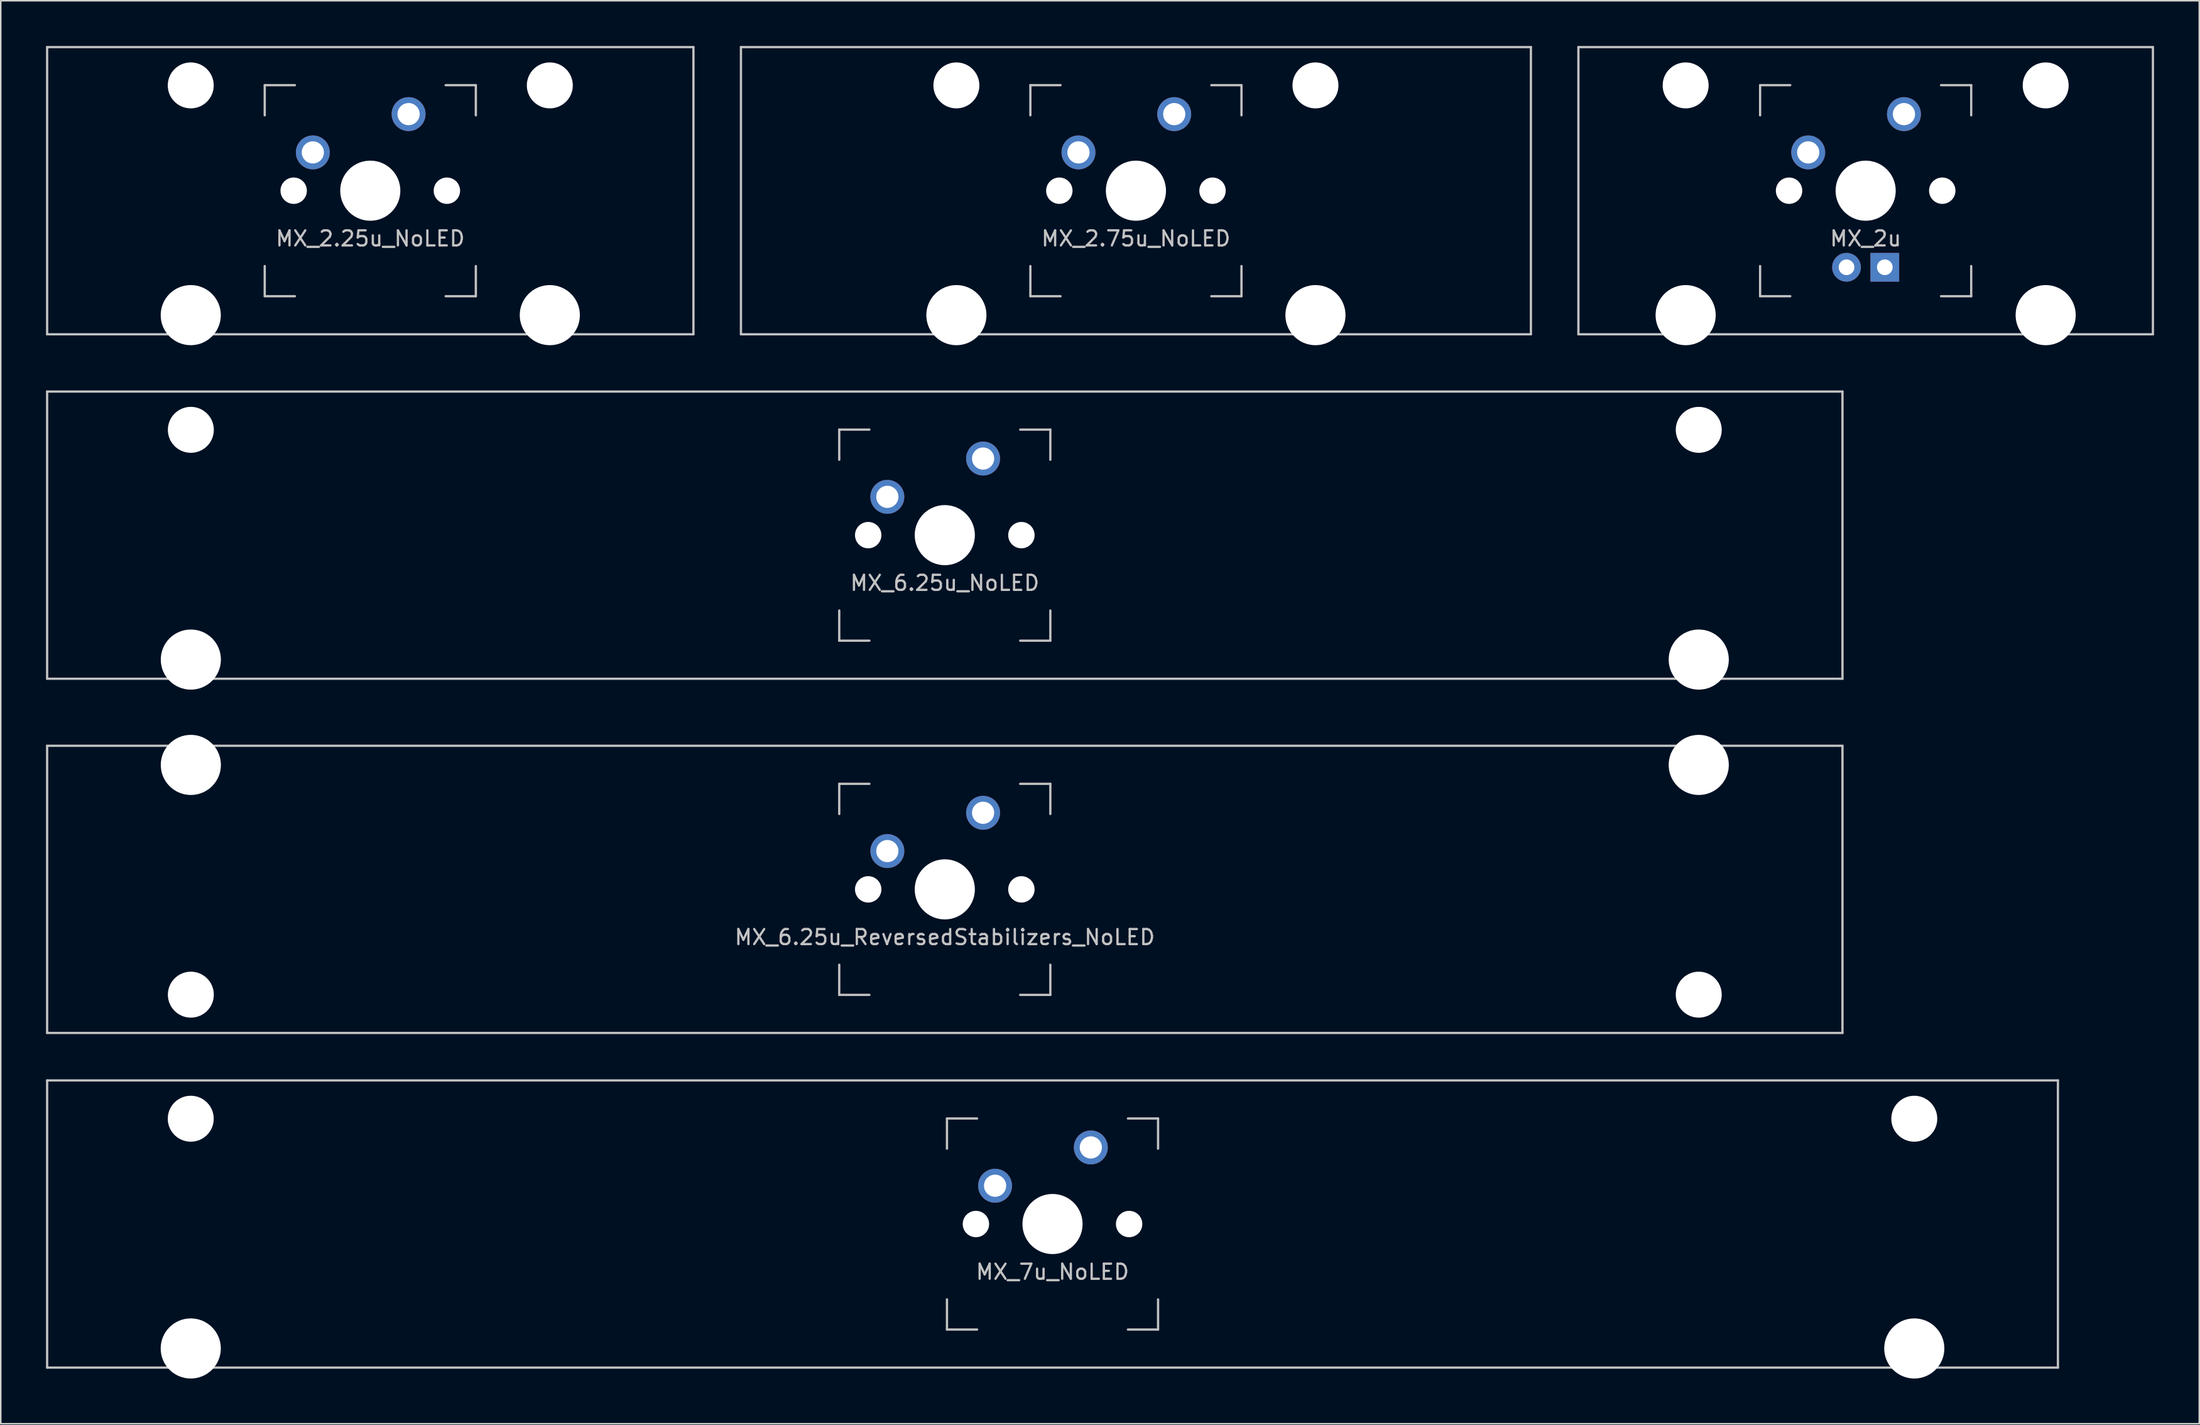
<source format=kicad_pcb>
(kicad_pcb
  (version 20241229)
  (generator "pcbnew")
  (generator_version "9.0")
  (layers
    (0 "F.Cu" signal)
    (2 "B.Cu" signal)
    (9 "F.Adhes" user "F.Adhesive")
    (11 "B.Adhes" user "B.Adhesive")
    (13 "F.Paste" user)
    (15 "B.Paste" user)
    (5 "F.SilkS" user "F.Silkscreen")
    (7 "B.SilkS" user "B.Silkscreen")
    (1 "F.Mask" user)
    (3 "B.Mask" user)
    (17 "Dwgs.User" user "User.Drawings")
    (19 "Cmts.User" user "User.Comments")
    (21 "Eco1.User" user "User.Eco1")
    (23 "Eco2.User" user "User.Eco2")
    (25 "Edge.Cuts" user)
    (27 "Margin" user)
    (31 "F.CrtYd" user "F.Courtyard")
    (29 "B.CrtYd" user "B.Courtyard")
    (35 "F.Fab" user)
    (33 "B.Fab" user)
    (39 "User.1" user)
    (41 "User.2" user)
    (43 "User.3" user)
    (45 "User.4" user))
  (footprint "MX_2u"
    (layer "F.Cu")
    (at 120.675 9.6)
    (property "Reference" "MX_2u" (at 0 3.175 0) (layer "Dwgs.User") (effects (font (size 1 1) (thickness 0.15))))
    (attr through_hole)
    (fp_line (start -19.05 -9.525) (end 19.05 -9.525) (stroke (width 0.15) (type solid)) (layer "Dwgs.User"))
    (fp_line (start -19.05 9.525) (end -19.05 -9.525) (stroke (width 0.15) (type solid)) (layer "Dwgs.User"))
    (fp_line (start -19.05 9.525) (end 19.05 9.525) (stroke (width 0.15) (type solid)) (layer "Dwgs.User"))
    (fp_line (start -7 -7) (end -7 -5) (stroke (width 0.15) (type solid)) (layer "Dwgs.User"))
    (fp_line (start -7 5) (end -7 7) (stroke (width 0.15) (type solid)) (layer "Dwgs.User"))
    (fp_line (start -7 7) (end -5 7) (stroke (width 0.15) (type solid)) (layer "Dwgs.User"))
    (fp_line (start -5 -7) (end -7 -7) (stroke (width 0.15) (type solid)) (layer "Dwgs.User"))
    (fp_line (start 5 -7) (end 7 -7) (stroke (width 0.15) (type solid)) (layer "Dwgs.User"))
    (fp_line (start 5 7) (end 7 7) (stroke (width 0.15) (type solid)) (layer "Dwgs.User"))
    (fp_line (start 7 -7) (end 7 -5) (stroke (width 0.15) (type solid)) (layer "Dwgs.User"))
    (fp_line (start 7 7) (end 7 5) (stroke (width 0.15) (type solid)) (layer "Dwgs.User"))
    (fp_line (start 19.05 -9.525) (end 19.05 9.525) (stroke (width 0.15) (type solid)) (layer "Dwgs.User"))
    (pad "" np_thru_hole circle (at -11.938 -6.985) (size 3.048 3.048) (drill 3.048) (layers "*.Cu" "*.Mask"))
    (pad "" np_thru_hole circle (at -11.938 8.255) (size 3.988 3.988) (drill 3.988) (layers "*.Cu" "*.Mask"))
    (pad "" np_thru_hole circle (at -5.08 0 48.1) (size 1.75 1.75) (drill 1.75) (layers "*.Cu" "*.Mask"))
    (pad "" np_thru_hole circle (at 0 0) (size 3.988 3.988) (drill 3.988) (layers "*.Cu" "*.Mask"))
    (pad "" np_thru_hole circle (at 5.08 0 48.1) (size 1.75 1.75) (drill 1.75) (layers "*.Cu" "*.Mask"))
    (pad "" np_thru_hole circle (at 11.938 -6.985) (size 3.048 3.048) (drill 3.048) (layers "*.Cu" "*.Mask"))
    (pad "" np_thru_hole circle (at 11.938 8.255) (size 3.988 3.988) (drill 3.988) (layers "*.Cu" "*.Mask"))
    (pad "1" thru_hole circle (at -3.81 -2.54) (size 2.25 2.25) (drill 1.47) (layers "*.Cu" "B.Mask"))
    (pad "2" thru_hole circle (at 2.54 -5.08) (size 2.25 2.25) (drill 1.47) (layers "*.Cu" "B.Mask"))
    (pad "3" thru_hole circle (at -1.27 5.08) (size 1.905 1.905) (drill 1.04) (layers "*.Cu" "B.Mask"))
    (pad "4" thru_hole rect (at 1.27 5.08) (size 1.905 1.905) (drill 1.04) (layers "*.Cu" "B.Mask")))
  (footprint "MX_2.25u_NoLED"
    (layer "F.Cu")
    (at 21.506 9.6)
    (property "Reference" "MX_2.25u_NoLED" (at 0 3.175 0) (layer "Dwgs.User") (effects (font (size 1 1) (thickness 0.15))))
    (attr through_hole)
    (fp_line (start -21.431 -9.525) (end 21.431 -9.525) (stroke (width 0.15) (type solid)) (layer "Dwgs.User"))
    (fp_line (start -21.431 9.525) (end -21.431 -9.525) (stroke (width 0.15) (type solid)) (layer "Dwgs.User"))
    (fp_line (start -21.431 9.525) (end 21.431 9.525) (stroke (width 0.15) (type solid)) (layer "Dwgs.User"))
    (fp_line (start -7 -7) (end -7 -5) (stroke (width 0.15) (type solid)) (layer "Dwgs.User"))
    (fp_line (start -7 5) (end -7 7) (stroke (width 0.15) (type solid)) (layer "Dwgs.User"))
    (fp_line (start -7 7) (end -5 7) (stroke (width 0.15) (type solid)) (layer "Dwgs.User"))
    (fp_line (start -5 -7) (end -7 -7) (stroke (width 0.15) (type solid)) (layer "Dwgs.User"))
    (fp_line (start 5 -7) (end 7 -7) (stroke (width 0.15) (type solid)) (layer "Dwgs.User"))
    (fp_line (start 5 7) (end 7 7) (stroke (width 0.15) (type solid)) (layer "Dwgs.User"))
    (fp_line (start 7 -7) (end 7 -5) (stroke (width 0.15) (type solid)) (layer "Dwgs.User"))
    (fp_line (start 7 7) (end 7 5) (stroke (width 0.15) (type solid)) (layer "Dwgs.User"))
    (fp_line (start 21.431 -9.525) (end 21.431 9.525) (stroke (width 0.15) (type solid)) (layer "Dwgs.User"))
    (pad "" np_thru_hole circle (at -11.906 -6.985) (size 3.048 3.048) (drill 3.048) (layers "*.Cu" "*.Mask"))
    (pad "" np_thru_hole circle (at -11.906 8.255) (size 3.988 3.988) (drill 3.988) (layers "*.Cu" "*.Mask"))
    (pad "" np_thru_hole circle (at -5.08 0 48.1) (size 1.75 1.75) (drill 1.75) (layers "*.Cu" "*.Mask"))
    (pad "" np_thru_hole circle (at 0 0) (size 3.988 3.988) (drill 3.988) (layers "*.Cu" "*.Mask"))
    (pad "" np_thru_hole circle (at 5.08 0 48.1) (size 1.75 1.75) (drill 1.75) (layers "*.Cu" "*.Mask"))
    (pad "" np_thru_hole circle (at 11.906 -6.985) (size 3.048 3.048) (drill 3.048) (layers "*.Cu" "*.Mask"))
    (pad "" np_thru_hole circle (at 11.906 8.255) (size 3.988 3.988) (drill 3.988) (layers "*.Cu" "*.Mask"))
    (pad "1" thru_hole circle (at -3.81 -2.54) (size 2.25 2.25) (drill 1.47) (layers "*.Cu" "B.Mask"))
    (pad "2" thru_hole circle (at 2.54 -5.08) (size 2.25 2.25) (drill 1.47) (layers "*.Cu" "B.Mask")))
  (footprint "MX_7u_NoLED"
    (layer "F.Cu")
    (at 66.75 78.147)
    (property "Reference" "MX_7u_NoLED" (at 0 3.175 0) (layer "Dwgs.User") (effects (font (size 1 1) (thickness 0.15))))
    (attr through_hole)
    (fp_line (start -66.675 -9.525) (end 66.675 -9.525) (stroke (width 0.15) (type solid)) (layer "Dwgs.User"))
    (fp_line (start -66.675 9.525) (end -66.675 -9.525) (stroke (width 0.15) (type solid)) (layer "Dwgs.User"))
    (fp_line (start -66.675 9.525) (end 66.675 9.525) (stroke (width 0.15) (type solid)) (layer "Dwgs.User"))
    (fp_line (start -7 -7) (end -7 -5) (stroke (width 0.15) (type solid)) (layer "Dwgs.User"))
    (fp_line (start -7 5) (end -7 7) (stroke (width 0.15) (type solid)) (layer "Dwgs.User"))
    (fp_line (start -7 7) (end -5 7) (stroke (width 0.15) (type solid)) (layer "Dwgs.User"))
    (fp_line (start -5 -7) (end -7 -7) (stroke (width 0.15) (type solid)) (layer "Dwgs.User"))
    (fp_line (start 5 -7) (end 7 -7) (stroke (width 0.15) (type solid)) (layer "Dwgs.User"))
    (fp_line (start 5 7) (end 7 7) (stroke (width 0.15) (type solid)) (layer "Dwgs.User"))
    (fp_line (start 7 -7) (end 7 -5) (stroke (width 0.15) (type solid)) (layer "Dwgs.User"))
    (fp_line (start 7 7) (end 7 5) (stroke (width 0.15) (type solid)) (layer "Dwgs.User"))
    (fp_line (start 66.675 -9.525) (end 66.675 9.525) (stroke (width 0.15) (type solid)) (layer "Dwgs.User"))
    (pad "" np_thru_hole circle (at -57.15 -6.985) (size 3.048 3.048) (drill 3.048) (layers "*.Cu" "*.Mask"))
    (pad "" np_thru_hole circle (at -57.15 8.255) (size 3.988 3.988) (drill 3.988) (layers "*.Cu" "*.Mask"))
    (pad "" np_thru_hole circle (at -5.08 0 48.1) (size 1.75 1.75) (drill 1.75) (layers "*.Cu" "*.Mask"))
    (pad "" np_thru_hole circle (at 0 0) (size 3.988 3.988) (drill 3.988) (layers "*.Cu" "*.Mask"))
    (pad "" np_thru_hole circle (at 5.08 0 48.1) (size 1.75 1.75) (drill 1.75) (layers "*.Cu" "*.Mask"))
    (pad "" np_thru_hole circle (at 57.15 -6.985) (size 3.048 3.048) (drill 3.048) (layers "*.Cu" "*.Mask"))
    (pad "" np_thru_hole circle (at 57.15 8.255) (size 3.988 3.988) (drill 3.988) (layers "*.Cu" "*.Mask"))
    (pad "1" thru_hole circle (at -3.81 -2.54) (size 2.25 2.25) (drill 1.47) (layers "*.Cu" "B.Mask"))
    (pad "2" thru_hole circle (at 2.54 -5.08) (size 2.25 2.25) (drill 1.47) (layers "*.Cu" "B.Mask")))
  (footprint "MX_2.75u_NoLED"
    (layer "F.Cu")
    (at 72.281 9.6)
    (property "Reference" "MX_2.75u_NoLED" (at 0 3.175 0) (layer "Dwgs.User") (effects (font (size 1 1) (thickness 0.15))))
    (attr through_hole)
    (fp_line (start -26.194 -9.525) (end 26.194 -9.525) (stroke (width 0.15) (type solid)) (layer "Dwgs.User"))
    (fp_line (start -26.194 9.525) (end -26.194 -9.525) (stroke (width 0.15) (type solid)) (layer "Dwgs.User"))
    (fp_line (start -26.194 9.525) (end 26.194 9.525) (stroke (width 0.15) (type solid)) (layer "Dwgs.User"))
    (fp_line (start -7 -7) (end -7 -5) (stroke (width 0.15) (type solid)) (layer "Dwgs.User"))
    (fp_line (start -7 5) (end -7 7) (stroke (width 0.15) (type solid)) (layer "Dwgs.User"))
    (fp_line (start -7 7) (end -5 7) (stroke (width 0.15) (type solid)) (layer "Dwgs.User"))
    (fp_line (start -5 -7) (end -7 -7) (stroke (width 0.15) (type solid)) (layer "Dwgs.User"))
    (fp_line (start 5 -7) (end 7 -7) (stroke (width 0.15) (type solid)) (layer "Dwgs.User"))
    (fp_line (start 5 7) (end 7 7) (stroke (width 0.15) (type solid)) (layer "Dwgs.User"))
    (fp_line (start 7 -7) (end 7 -5) (stroke (width 0.15) (type solid)) (layer "Dwgs.User"))
    (fp_line (start 7 7) (end 7 5) (stroke (width 0.15) (type solid)) (layer "Dwgs.User"))
    (fp_line (start 26.194 -9.525) (end 26.194 9.525) (stroke (width 0.15) (type solid)) (layer "Dwgs.User"))
    (pad "" np_thru_hole circle (at -11.906 -6.985) (size 3.048 3.048) (drill 3.048) (layers "*.Cu" "*.Mask"))
    (pad "" np_thru_hole circle (at -11.906 8.255) (size 3.988 3.988) (drill 3.988) (layers "*.Cu" "*.Mask"))
    (pad "" np_thru_hole circle (at -5.08 0 48.1) (size 1.75 1.75) (drill 1.75) (layers "*.Cu" "*.Mask"))
    (pad "" np_thru_hole circle (at 0 0) (size 3.988 3.988) (drill 3.988) (layers "*.Cu" "*.Mask"))
    (pad "" np_thru_hole circle (at 5.08 0 48.1) (size 1.75 1.75) (drill 1.75) (layers "*.Cu" "*.Mask"))
    (pad "" np_thru_hole circle (at 11.906 -6.985) (size 3.048 3.048) (drill 3.048) (layers "*.Cu" "*.Mask"))
    (pad "" np_thru_hole circle (at 11.906 8.255) (size 3.988 3.988) (drill 3.988) (layers "*.Cu" "*.Mask"))
    (pad "1" thru_hole circle (at -3.81 -2.54) (size 2.25 2.25) (drill 1.47) (layers "*.Cu" "B.Mask"))
    (pad "2" thru_hole circle (at 2.54 -5.08) (size 2.25 2.25) (drill 1.47) (layers "*.Cu" "B.Mask")))
  (footprint "MX_6.25u_NoLED"
    (layer "F.Cu")
    (at 59.606 32.449)
    (property "Reference" "MX_6.25u_NoLED" (at 0 3.175 0) (layer "Dwgs.User") (effects (font (size 1 1) (thickness 0.15))))
    (attr through_hole)
    (fp_line (start -59.531 -9.525) (end 59.531 -9.525) (stroke (width 0.15) (type solid)) (layer "Dwgs.User"))
    (fp_line (start -59.531 9.525) (end -59.531 -9.525) (stroke (width 0.15) (type solid)) (layer "Dwgs.User"))
    (fp_line (start -59.531 9.525) (end 59.531 9.525) (stroke (width 0.15) (type solid)) (layer "Dwgs.User"))
    (fp_line (start -7 -7) (end -7 -5) (stroke (width 0.15) (type solid)) (layer "Dwgs.User"))
    (fp_line (start -7 5) (end -7 7) (stroke (width 0.15) (type solid)) (layer "Dwgs.User"))
    (fp_line (start -7 7) (end -5 7) (stroke (width 0.15) (type solid)) (layer "Dwgs.User"))
    (fp_line (start -5 -7) (end -7 -7) (stroke (width 0.15) (type solid)) (layer "Dwgs.User"))
    (fp_line (start 5 -7) (end 7 -7) (stroke (width 0.15) (type solid)) (layer "Dwgs.User"))
    (fp_line (start 5 7) (end 7 7) (stroke (width 0.15) (type solid)) (layer "Dwgs.User"))
    (fp_line (start 7 -7) (end 7 -5) (stroke (width 0.15) (type solid)) (layer "Dwgs.User"))
    (fp_line (start 7 7) (end 7 5) (stroke (width 0.15) (type solid)) (layer "Dwgs.User"))
    (fp_line (start 59.531 -9.525) (end 59.531 9.525) (stroke (width 0.15) (type solid)) (layer "Dwgs.User"))
    (pad "" np_thru_hole circle (at -50 -6.985) (size 3.048 3.048) (drill 3.048) (layers "*.Cu" "*.Mask"))
    (pad "" np_thru_hole circle (at -50 8.255) (size 3.988 3.988) (drill 3.988) (layers "*.Cu" "*.Mask"))
    (pad "" np_thru_hole circle (at -5.08 0 48.1) (size 1.75 1.75) (drill 1.75) (layers "*.Cu" "*.Mask"))
    (pad "" np_thru_hole circle (at 0 0) (size 3.988 3.988) (drill 3.988) (layers "*.Cu" "*.Mask"))
    (pad "" np_thru_hole circle (at 5.08 0 48.1) (size 1.75 1.75) (drill 1.75) (layers "*.Cu" "*.Mask"))
    (pad "" np_thru_hole circle (at 50 -6.985) (size 3.048 3.048) (drill 3.048) (layers "*.Cu" "*.Mask"))
    (pad "" np_thru_hole circle (at 50 8.255) (size 3.988 3.988) (drill 3.988) (layers "*.Cu" "*.Mask"))
    (pad "1" thru_hole circle (at -3.81 -2.54) (size 2.25 2.25) (drill 1.47) (layers "*.Cu" "B.Mask"))
    (pad "2" thru_hole circle (at 2.54 -5.08) (size 2.25 2.25) (drill 1.47) (layers "*.Cu" "B.Mask")))
  (footprint "MX_6.25u_ReversedStabilizers_NoLED"
    (layer "F.Cu")
    (at 59.606 55.947)
    (property "Reference" "MX_6.25u_ReversedStabilizers_NoLED" (at 0 3.175 0) (layer "Dwgs.User") (effects (font (size 1 1) (thickness 0.15))))
    (attr through_hole)
    (fp_line (start -59.531 -9.525) (end 59.531 -9.525) (stroke (width 0.15) (type solid)) (layer "Dwgs.User"))
    (fp_line (start -59.531 9.525) (end -59.531 -9.525) (stroke (width 0.15) (type solid)) (layer "Dwgs.User"))
    (fp_line (start -59.531 9.525) (end 59.531 9.525) (stroke (width 0.15) (type solid)) (layer "Dwgs.User"))
    (fp_line (start -7 -7) (end -7 -5) (stroke (width 0.15) (type solid)) (layer "Dwgs.User"))
    (fp_line (start -7 5) (end -7 7) (stroke (width 0.15) (type solid)) (layer "Dwgs.User"))
    (fp_line (start -7 7) (end -5 7) (stroke (width 0.15) (type solid)) (layer "Dwgs.User"))
    (fp_line (start -5 -7) (end -7 -7) (stroke (width 0.15) (type solid)) (layer "Dwgs.User"))
    (fp_line (start 5 -7) (end 7 -7) (stroke (width 0.15) (type solid)) (layer "Dwgs.User"))
    (fp_line (start 5 7) (end 7 7) (stroke (width 0.15) (type solid)) (layer "Dwgs.User"))
    (fp_line (start 7 -7) (end 7 -5) (stroke (width 0.15) (type solid)) (layer "Dwgs.User"))
    (fp_line (start 7 7) (end 7 5) (stroke (width 0.15) (type solid)) (layer "Dwgs.User"))
    (fp_line (start 59.531 -9.525) (end 59.531 9.525) (stroke (width 0.15) (type solid)) (layer "Dwgs.User"))
    (pad "" np_thru_hole circle (at -50 -8.255) (size 3.988 3.988) (drill 3.988) (layers "*.Cu" "*.Mask"))
    (pad "" np_thru_hole circle (at -50 6.985) (size 3.048 3.048) (drill 3.048) (layers "*.Cu" "*.Mask"))
    (pad "" np_thru_hole circle (at -5.08 0 48.1) (size 1.75 1.75) (drill 1.75) (layers "*.Cu" "*.Mask"))
    (pad "" np_thru_hole circle (at 0 0) (size 3.988 3.988) (drill 3.988) (layers "*.Cu" "*.Mask"))
    (pad "" np_thru_hole circle (at 5.08 0 48.1) (size 1.75 1.75) (drill 1.75) (layers "*.Cu" "*.Mask"))
    (pad "" np_thru_hole circle (at 50 -8.255) (size 3.988 3.988) (drill 3.988) (layers "*.Cu" "*.Mask"))
    (pad "" np_thru_hole circle (at 50 6.985) (size 3.048 3.048) (drill 3.048) (layers "*.Cu" "*.Mask"))
    (pad "1" thru_hole circle (at -3.81 -2.54) (size 2.25 2.25) (drill 1.47) (layers "*.Cu" "B.Mask"))
    (pad "2" thru_hole circle (at 2.54 -5.08) (size 2.25 2.25) (drill 1.47) (layers "*.Cu" "B.Mask")))
  (gr_rect
    (start -3 -3)
    (end 142.8 91.396)
    (stroke (width 0.1) (type default))
    (fill no)
    (layer "Edge.Cuts")))
</source>
